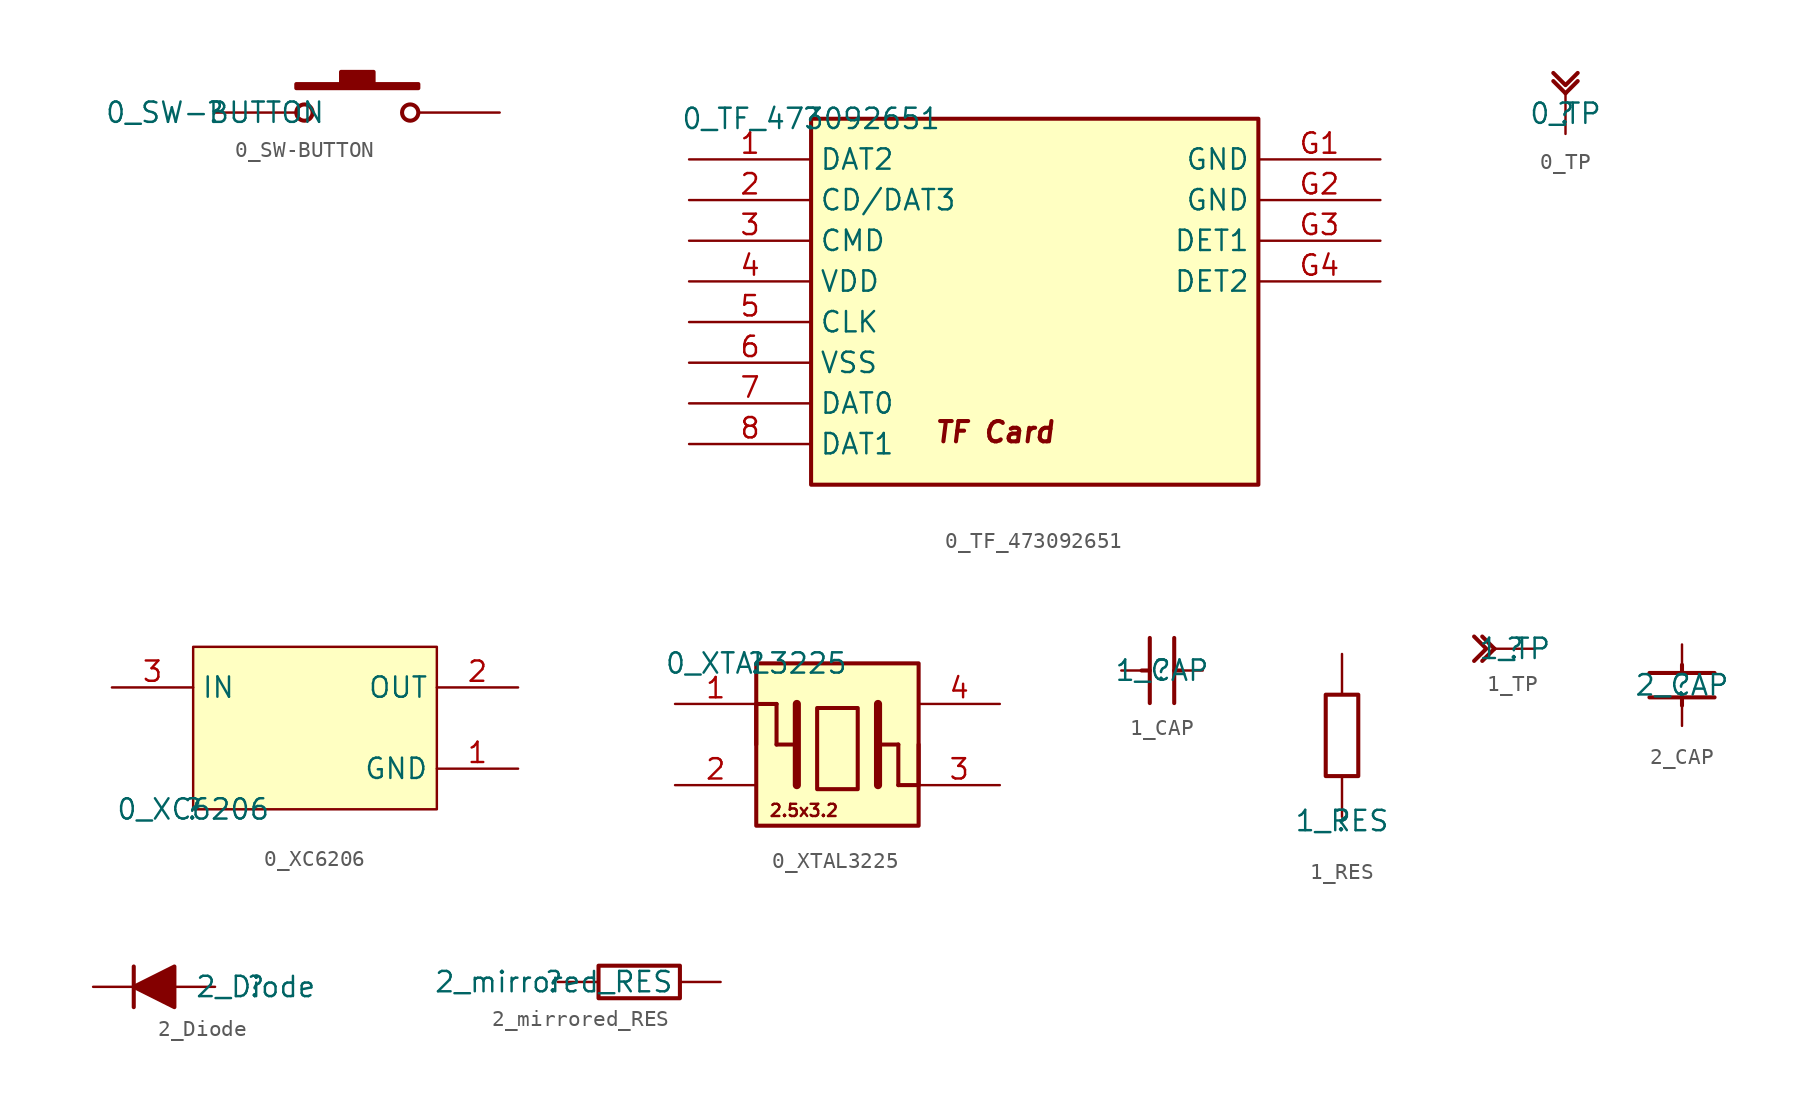
<source format=kicad_sym>
(kicad_symbol_lib
  (version 20210619)
  (generator kicad_symbol_editor)
  (symbol "F1C200S_WS__RGB_T7-altium-import:0_SW-BUTTON"
    (property "Reference" ""
      (at 0 0 0)
      (effects (font (size 1.27 1.27))))
    (property "Value" "0_SW-BUTTON"
      (at 0 0 0)
      (effects (font (size 1.27 1.27))))
    (symbol "0_SW-BUTTON_1_0"
      (circle (center 5.588 0) (radius 0.508) (stroke (width 0.254)) (fill (type none)))
      (circle (center 12.192 0) (radius 0.508) (stroke (width 0.254)) (fill (type none)))
      (polyline (pts (xy 5.08 1.778) (xy 5.08 1.524) (xy 12.7 1.524) (xy 12.7 1.778) (xy 9.906 1.778) (xy 9.906 2.54) (xy 7.874 2.54) (xy 7.874 1.778) (xy 5.08 1.778)) (stroke (width 0.254)) (fill (type outline)))
      (pin passive line (at 0 0 0) (length 5.08) (name "1" (effects (font (size 0 0)))) (number "1" (effects (font (size 0 0)))))
      (pin passive line (at 17.78 0 180) (length 5.08) (name "2" (effects (font (size 0 0)))) (number "2" (effects (font (size 0 0)))))))
  (symbol "F1C200S_WS__RGB_T7-altium-import:0_TF_473092651"
    (property "Reference" ""
      (at 0 0 0)
      (effects (font (size 1.27 1.27))))
    (property "Value" "0_TF_473092651"
      (at 0 0 0)
      (effects (font (size 1.27 1.27))))
    (symbol "0_TF_473092651_1_0"
      (text "TF Card" (at 7.62 -20.32 0) (effects (font (size 1.27 1.27) bold italic) (justify left bottom)))
      (rectangle (start 27.94 0) (end 0 -22.86) (stroke (width 0.254)) (fill (type background)))
      (pin passive line (at -7.62 -2.54 0) (length 7.62) (name "DAT2" (effects (font (size 1.27 1.27)))) (number "1" (effects (font (size 1.27 1.27)))))
      (pin passive line (at -7.62 -5.08 0) (length 7.62) (name "CD/DAT3" (effects (font (size 1.27 1.27)))) (number "2" (effects (font (size 1.27 1.27)))))
      (pin passive line (at -7.62 -7.62 0) (length 7.62) (name "CMD" (effects (font (size 1.27 1.27)))) (number "3" (effects (font (size 1.27 1.27)))))
      (pin power_in line (at -7.62 -10.16 0) (length 7.62) (name "VDD" (effects (font (size 1.27 1.27)))) (number "4" (effects (font (size 1.27 1.27)))))
      (pin passive line (at -7.62 -12.7 0) (length 7.62) (name "CLK" (effects (font (size 1.27 1.27)))) (number "5" (effects (font (size 1.27 1.27)))))
      (pin power_in line (at -7.62 -15.24 0) (length 7.62) (name "VSS" (effects (font (size 1.27 1.27)))) (number "6" (effects (font (size 1.27 1.27)))))
      (pin passive line (at -7.62 -17.78 0) (length 7.62) (name "DAT0" (effects (font (size 1.27 1.27)))) (number "7" (effects (font (size 1.27 1.27)))))
      (pin passive line (at -7.62 -20.32 0) (length 7.62) (name "DAT1" (effects (font (size 1.27 1.27)))) (number "8" (effects (font (size 1.27 1.27)))))
      (pin power_in line (at 35.56 -2.54 180) (length 7.62) (name "GND" (effects (font (size 1.27 1.27)))) (number "G1" (effects (font (size 1.27 1.27)))))
      (pin power_in line (at 35.56 -5.08 180) (length 7.62) (name "GND" (effects (font (size 1.27 1.27)))) (number "G2" (effects (font (size 1.27 1.27)))))
      (pin power_in line (at 35.56 -7.62 180) (length 7.62) (name "DET1" (effects (font (size 1.27 1.27)))) (number "G3" (effects (font (size 1.27 1.27)))))
      (pin power_in line (at 35.56 -10.16 180) (length 7.62) (name "DET2" (effects (font (size 1.27 1.27)))) (number "G4" (effects (font (size 1.27 1.27)))))))
  (symbol "F1C200S_WS__RGB_T7-altium-import:0_TP"
    (property "Reference" ""
      (at 0 0 0)
      (effects (font (size 1.27 1.27))))
    (property "Value" "0_TP"
      (at 0 0 0)
      (effects (font (size 1.27 1.27))))
    (symbol "0_TP_1_0"
      (polyline (pts (xy 0 1.27) (xy -0.762 2.032)) (stroke (width 0.254)) (fill (type none)))
      (polyline (pts (xy 0 1.27) (xy 0.762 2.032)) (stroke (width 0.254)) (fill (type none)))
      (polyline (pts (xy -0.762 2.54) (xy 0 1.778) (xy 0.762 2.54)) (stroke (width 0.254)) (fill (type none)))
      (pin passive line (at 0 -1.27 90) (length 2.54) (name "1" (effects (font (size 0 0)))) (number "1" (effects (font (size 0 0)))))))
  (symbol "F1C200S_WS__RGB_T7-altium-import:0_XC6206"
    (property "Reference" ""
      (at 0 0 0)
      (effects (font (size 1.27 1.27))))
    (property "Value" "0_XC6206"
      (at 0 0 0)
      (effects (font (size 1.27 1.27))))
    (symbol "0_XC6206_1_0"
      (rectangle (start 15.24 10.16) (end 0 0) (stroke (width 0)) (fill (type background)))
      (pin passive line (at 20.32 2.54 180) (length 5.08) (name "GND" (effects (font (size 1.27 1.27)))) (number "1" (effects (font (size 1.27 1.27)))))
      (pin passive line (at 20.32 7.62 180) (length 5.08) (name "OUT" (effects (font (size 1.27 1.27)))) (number "2" (effects (font (size 1.27 1.27)))))
      (pin passive line (at -5.08 7.62 0) (length 5.08) (name "IN" (effects (font (size 1.27 1.27)))) (number "3" (effects (font (size 1.27 1.27)))))))
  (symbol "F1C200S_WS__RGB_T7-altium-import:0_XTAL3225"
    (property "Reference" ""
      (at 0 0 0)
      (effects (font (size 1.27 1.27))))
    (property "Value" "0_XTAL3225"
      (at 0 0 0)
      (effects (font (size 1.27 1.27))))
    (symbol "0_XTAL3225_1_0"
      (text "2.5x3.2" (at 0.762 -9.652 0) (effects (font (size 0.762 0.762) bold) (justify left bottom)))
      (rectangle (start 6.35 -2.794) (end 3.81 -7.874) (stroke (width 0.254)) (fill (type background)))
      (rectangle (start 10.16 0) (end 0 -10.16) (stroke (width 0.254)) (fill (type background)))
      (polyline (pts (xy 0 -2.54) (xy 0 -5.08)) (stroke (width 0.254)) (fill (type none)))
      (polyline (pts (xy 0 -2.54) (xy 1.27 -2.54)) (stroke (width 0.254)) (fill (type none)))
      (polyline (pts (xy 1.27 -5.08) (xy 1.27 -2.54)) (stroke (width 0.254)) (fill (type none)))
      (polyline (pts (xy 1.27 -5.08) (xy 2.54 -5.08)) (stroke (width 0.254)) (fill (type none)))
      (polyline (pts (xy 2.54 -2.54) (xy 2.54 -7.62)) (stroke (width 0.508)) (fill (type none)))
      (polyline (pts (xy 7.62 -2.54) (xy 7.62 -7.62)) (stroke (width 0.508)) (fill (type none)))
      (polyline (pts (xy 8.89 -7.62) (xy 8.89 -5.08)) (stroke (width 0.254)) (fill (type none)))
      (polyline (pts (xy 8.89 -5.08) (xy 7.62 -5.08)) (stroke (width 0.254)) (fill (type none)))
      (polyline (pts (xy 10.16 -7.62) (xy 8.89 -7.62)) (stroke (width 0.254)) (fill (type none)))
      (polyline (pts (xy 10.16 -7.62) (xy 10.16 -5.08)) (stroke (width 0.254)) (fill (type none)))
      (pin passive line (at 15.24 -7.62 180) (length 5.08) (name "X2" (effects (font (size 0 0)))) (number "3" (effects (font (size 1.27 1.27)))))
      (pin passive line (at -5.08 -2.54 0) (length 5.08) (name "X1" (effects (font (size 0 0)))) (number "1" (effects (font (size 1.27 1.27)))))
      (pin passive line (at -5.08 -7.62 0) (length 5.08) (name "NC1" (effects (font (size 0 0)))) (number "2" (effects (font (size 1.27 1.27)))))
      (pin passive line (at 15.24 -2.54 180) (length 5.08) (name "NC2" (effects (font (size 0 0)))) (number "4" (effects (font (size 1.27 1.27)))))))
  (symbol "F1C200S_WS__RGB_T7-altium-import:1_CAP"
    (property "Reference" ""
      (at 0 0 0)
      (effects (font (size 1.27 1.27))))
    (property "Value" "1_CAP"
      (at 0 0 0)
      (effects (font (size 1.27 1.27))))
    (symbol "1_CAP_1_0"
      (polyline (pts (xy 0.762 0) (xy 1.27 0)) (stroke (width 0.254)) (fill (type none)))
      (polyline (pts (xy -1.27 0) (xy -0.762 0)) (stroke (width 0.254)) (fill (type none)))
      (polyline (pts (xy -0.762 -2.032) (xy -0.762 2.032)) (stroke (width 0.254)) (fill (type none)))
      (polyline (pts (xy 0.762 2.032) (xy 0.762 -2.032)) (stroke (width 0.254)) (fill (type none)))
      (pin passive line (at -2.54 0 0) (length 1.27) (name "1" (effects (font (size 0 0)))) (number "1" (effects (font (size 0 0)))))
      (pin passive line (at 2.54 0 180) (length 1.27) (name "2" (effects (font (size 0 0)))) (number "2" (effects (font (size 0 0)))))))
  (symbol "F1C200S_WS__RGB_T7-altium-import:1_RES"
    (property "Reference" ""
      (at 0 0 0)
      (effects (font (size 1.27 1.27))))
    (property "Value" "1_RES"
      (at 0 0 0)
      (effects (font (size 1.27 1.27))))
    (symbol "1_RES_1_0"
      (rectangle (start 1.016 7.874) (end -1.016 2.794) (stroke (width 0.254)) (fill (type none)))
      (pin passive line (at 0 0.254 90) (length 2.54) (name "1" (effects (font (size 0 0)))) (number "1" (effects (font (size 0 0)))))
      (pin passive line (at 0 10.414 270) (length 2.54) (name "2" (effects (font (size 0 0)))) (number "2" (effects (font (size 0 0)))))))
  (symbol "F1C200S_WS__RGB_T7-altium-import:1_TP"
    (property "Reference" ""
      (at 0 0 0)
      (effects (font (size 1.27 1.27))))
    (property "Value" "1_TP"
      (at 0 0 0)
      (effects (font (size 1.27 1.27))))
    (symbol "1_TP_1_0"
      (polyline (pts (xy -1.27 0) (xy -2.032 -0.762)) (stroke (width 0.254)) (fill (type none)))
      (polyline (pts (xy -1.27 0) (xy -2.032 0.762)) (stroke (width 0.254)) (fill (type none)))
      (polyline (pts (xy -2.54 -0.762) (xy -1.778 0) (xy -2.54 0.762)) (stroke (width 0.254)) (fill (type none)))
      (pin passive line (at 1.27 0 180) (length 2.54) (name "1" (effects (font (size 0 0)))) (number "1" (effects (font (size 0 0)))))))
  (symbol "F1C200S_WS__RGB_T7-altium-import:2_CAP"
    (property "Reference" ""
      (at 0 0 0)
      (effects (font (size 1.27 1.27))))
    (property "Value" "2_CAP"
      (at 0 0 0)
      (effects (font (size 1.27 1.27))))
    (symbol "2_CAP_1_0"
      (polyline (pts (xy 0 0.762) (xy 0 1.27)) (stroke (width 0.254)) (fill (type none)))
      (polyline (pts (xy -2.032 0.762) (xy 2.032 0.762)) (stroke (width 0.254)) (fill (type none)))
      (polyline (pts (xy 0 -1.27) (xy 0 -0.762)) (stroke (width 0.254)) (fill (type none)))
      (polyline (pts (xy 2.032 -0.762) (xy -2.032 -0.762)) (stroke (width 0.254)) (fill (type none)))
      (pin passive line (at 0 -2.54 90) (length 1.27) (name "1" (effects (font (size 0 0)))) (number "1" (effects (font (size 0 0)))))
      (pin passive line (at 0 2.54 270) (length 1.27) (name "2" (effects (font (size 0 0)))) (number "2" (effects (font (size 0 0)))))))
  (symbol "F1C200S_WS__RGB_T7-altium-import:2_Diode"
    (property "Reference" ""
      (at 0 0 0)
      (effects (font (size 1.27 1.27))))
    (property "Value" "2_Diode"
      (at 0 0 0)
      (effects (font (size 1.27 1.27))))
    (symbol "2_Diode_1_0"
      (polyline (pts (xy -7.62 -1.27) (xy -7.62 1.27)) (stroke (width 0.254)) (fill (type none)))
      (polyline (pts (xy -5.08 1.27) (xy -7.62 0) (xy -5.08 -1.27) (xy -5.08 1.27)) (stroke (width 0.254)) (fill (type outline)))
      (pin passive line (at -2.54 0 180) (length 2.54) (name "A" (effects (font (size 0 0)))) (number "A" (effects (font (size 0 0)))))
      (pin passive line (at -10.16 0 0) (length 2.54) (name "K" (effects (font (size 0 0)))) (number "K" (effects (font (size 0 0)))))))
  (symbol "F1C200S_WS__RGB_T7-altium-import:2_mirrored_RES"
    (property "Reference" ""
      (at 0 0 0)
      (effects (font (size 1.27 1.27))))
    (property "Value" "2_mirrored_RES"
      (at 0 0 0)
      (effects (font (size 1.27 1.27))))
    (symbol "2_mirrored_RES_1_0"
      (rectangle (start 7.874 1.016) (end 2.794 -1.016) (stroke (width 0.254)) (fill (type none)))
      (pin passive line (at 0.254 0 0) (length 2.54) (name "1" (effects (font (size 0 0)))) (number "1" (effects (font (size 0 0)))))
      (pin passive line (at 10.414 0 180) (length 2.54) (name "2" (effects (font (size 0 0)))) (number "2" (effects (font (size 0 0))))))))
</source>
